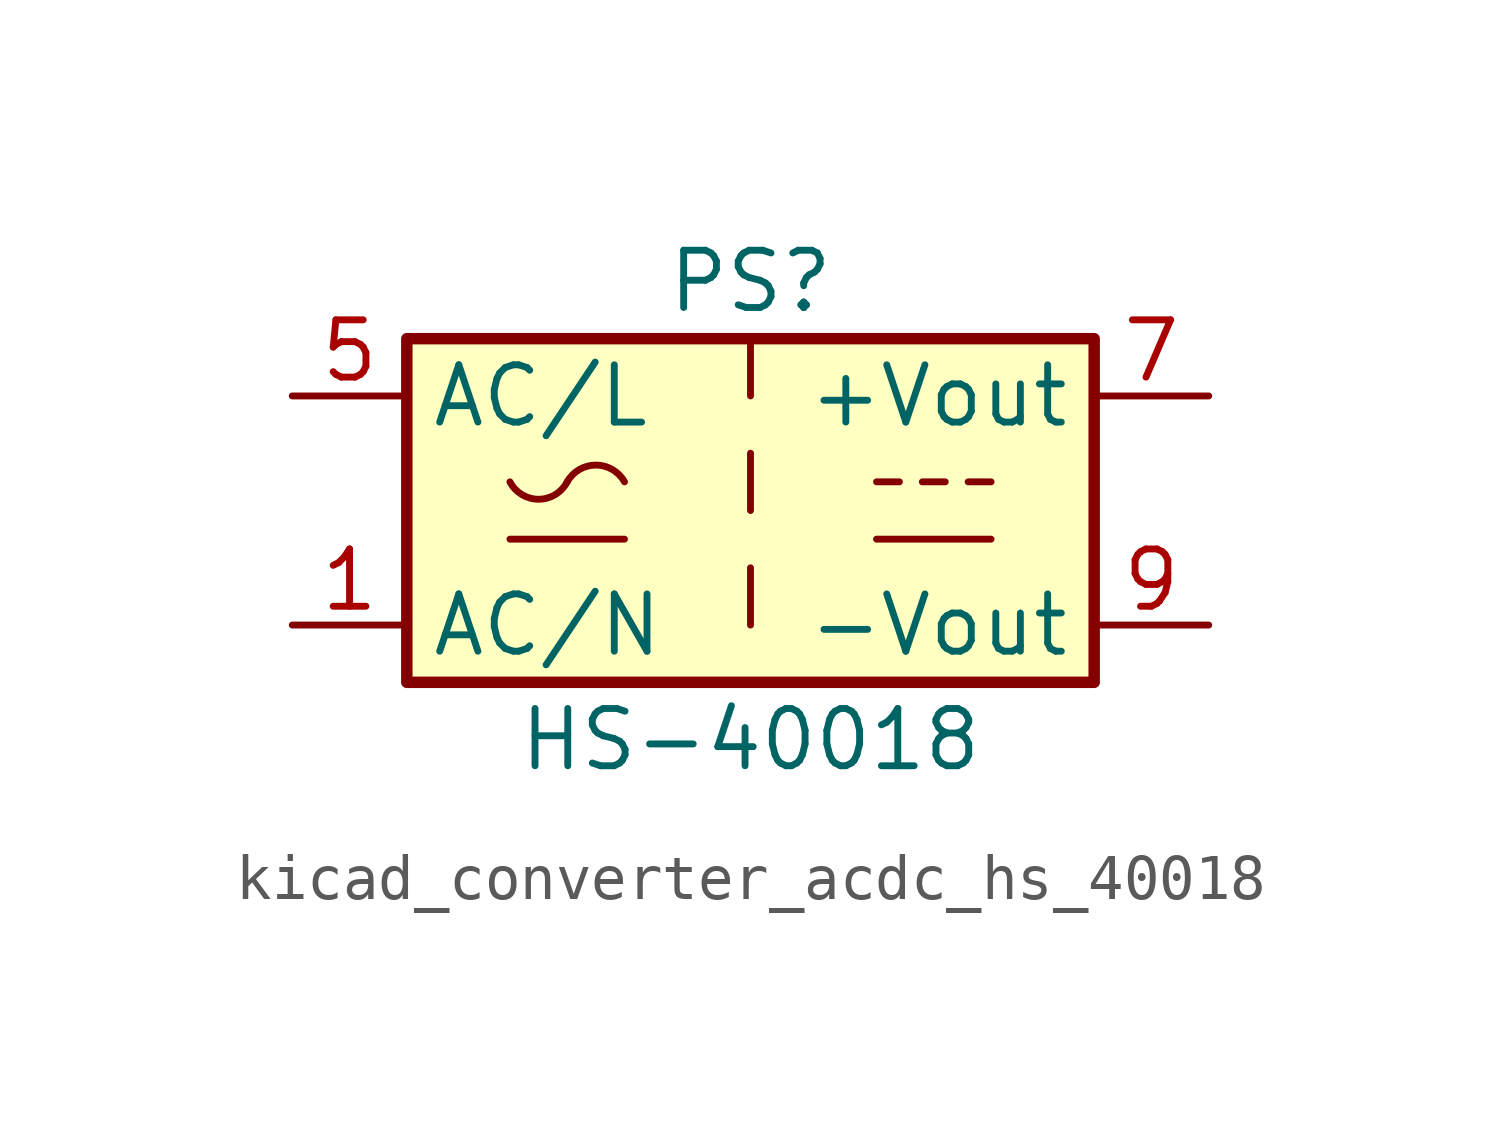
<source format=kicad_sym>
(kicad_symbol_lib
  (version 20220914)
  (generator kicad_symbol_editor)
  (symbol "kicad_converter_acdc_hs_40018"
    (property "Reference" "PS"
      (at 0 5.08 0)
      (effects (font (size 1.27 1.27))))
    (property "Value" "HS-40018"
      (at 0 -5.08 0)
      (effects (font (size 1.27 1.27))))
    (symbol "kicad_converter_acdc_hs_40018_0_1"
      (rectangle (start -7.62 3.81) (end 7.62 -3.81) (stroke (width 0.254) (type default)) (fill (type background)))
      (arc (start -5.334 0.635) (mid -4.699 0.2495) (end -4.064 0.635) (stroke (width 0) (type default)) (fill (type none)))
      (arc (start -2.794 0.635) (mid -3.429 1.0072) (end -4.064 0.635) (stroke (width 0) (type default)) (fill (type none)))
      (polyline (pts (xy -5.334 -0.635) (xy -2.794 -0.635)) (stroke (width 0) (type default)) (fill (type none)))
      (polyline (pts (xy 2.794 -0.635) (xy 5.334 -0.635)) (stroke (width 0) (type default)) (fill (type none)))
      (polyline (pts (xy 2.794 0.635) (xy 3.302 0.635)) (stroke (width 0) (type default)) (fill (type none)))
      (polyline (pts (xy 3.81 0.635) (xy 4.318 0.635)) (stroke (width 0) (type default)) (fill (type none)))
      (polyline (pts (xy 4.826 0.635) (xy 5.334 0.635)) (stroke (width 0) (type default)) (fill (type none))))
    (symbol "kicad_converter_acdc_hs_40018_1_1"
      (polyline (pts (xy 0 -1.27) (xy 0 -2.54)) (stroke (width 0) (type default)) (fill (type none)))
      (polyline (pts (xy 0 1.27) (xy 0 0)) (stroke (width 0) (type default)) (fill (type none)))
      (polyline (pts (xy 0 3.81) (xy 0 2.54)) (stroke (width 0) (type default)) (fill (type none)))
      (pin power_in line (at -10.16 -2.54 0) (length 2.54) (name "AC/N" (effects (font (size 1.27 1.27)))) (number "1" (effects (font (size 1.27 1.27)))))
      (pin power_in line (at -10.16 2.54 0) (length 2.54) (name "AC/L" (effects (font (size 1.27 1.27)))) (number "5" (effects (font (size 1.27 1.27)))))
      (pin power_out line (at 10.16 2.54 180) (length 2.54) (name "+Vout" (effects (font (size 1.27 1.27)))) (number "7" (effects (font (size 1.27 1.27)))))
      (pin power_out line (at 10.16 -2.54 180) (length 2.54) (name "-Vout" (effects (font (size 1.27 1.27)))) (number "9" (effects (font (size 1.27 1.27))))))))
</source>
